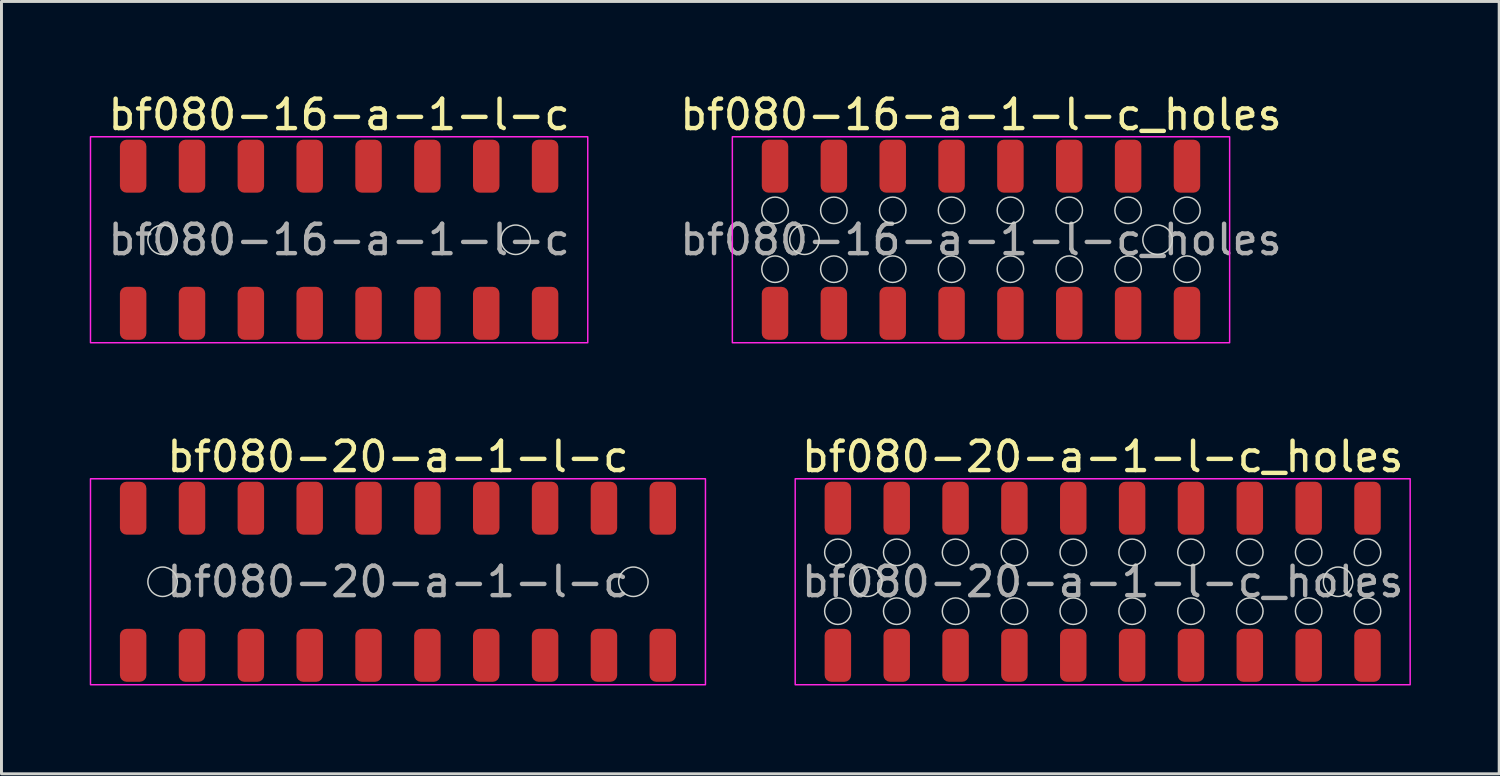
<source format=kicad_pcb>
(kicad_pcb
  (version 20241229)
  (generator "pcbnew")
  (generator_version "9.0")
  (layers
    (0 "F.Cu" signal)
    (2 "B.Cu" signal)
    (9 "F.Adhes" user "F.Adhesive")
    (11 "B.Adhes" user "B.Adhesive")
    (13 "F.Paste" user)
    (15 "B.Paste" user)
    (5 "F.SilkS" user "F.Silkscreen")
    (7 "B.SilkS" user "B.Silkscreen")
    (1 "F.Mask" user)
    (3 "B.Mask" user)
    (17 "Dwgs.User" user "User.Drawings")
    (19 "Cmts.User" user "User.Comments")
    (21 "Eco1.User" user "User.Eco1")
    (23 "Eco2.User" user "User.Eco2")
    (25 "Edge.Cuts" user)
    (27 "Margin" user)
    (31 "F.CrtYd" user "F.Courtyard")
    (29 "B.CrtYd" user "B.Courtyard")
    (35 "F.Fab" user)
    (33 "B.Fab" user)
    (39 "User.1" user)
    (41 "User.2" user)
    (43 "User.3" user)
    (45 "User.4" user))
  (footprint "bf080-16-a-1-l-c_holes"
    (layer "F.Cu")
    (at 30.289 5.098)
    (property "Reference" "bf080-16-a-1-l-c_holes" (at 0 -4.25 0) (unlocked yes) (layer "F.SilkS") (effects (font (size 1 1) (thickness 0.15))))
    (attr smd)
    (fp_circle (center -7 -1) (end -6.55 -1) (stroke (width 0.05) (type default)) (fill no) (layer "Edge.Cuts"))
    (fp_circle (center -7 1) (end -6.55 1) (stroke (width 0.05) (type default)) (fill no) (layer "Edge.Cuts"))
    (fp_circle (center -6 0) (end -5.5 0) (stroke (width 0.05) (type default)) (fill no) (layer "Edge.Cuts"))
    (fp_circle (center -5 -1) (end -4.55 -1) (stroke (width 0.05) (type default)) (fill no) (layer "Edge.Cuts"))
    (fp_circle (center -5 1) (end -4.55 1) (stroke (width 0.05) (type default)) (fill no) (layer "Edge.Cuts"))
    (fp_circle (center -3 -1) (end -2.55 -1) (stroke (width 0.05) (type default)) (fill no) (layer "Edge.Cuts"))
    (fp_circle (center -3 1) (end -2.55 1) (stroke (width 0.05) (type default)) (fill no) (layer "Edge.Cuts"))
    (fp_circle (center -1 -1) (end -0.55 -1) (stroke (width 0.05) (type default)) (fill no) (layer "Edge.Cuts"))
    (fp_circle (center -1 1) (end -0.55 1) (stroke (width 0.05) (type default)) (fill no) (layer "Edge.Cuts"))
    (fp_circle (center 1 -1) (end 1.45 -1) (stroke (width 0.05) (type default)) (fill no) (layer "Edge.Cuts"))
    (fp_circle (center 1 1) (end 1.45 1) (stroke (width 0.05) (type default)) (fill no) (layer "Edge.Cuts"))
    (fp_circle (center 3 -1) (end 3.45 -1) (stroke (width 0.05) (type default)) (fill no) (layer "Edge.Cuts"))
    (fp_circle (center 3 1) (end 3.45 1) (stroke (width 0.05) (type default)) (fill no) (layer "Edge.Cuts"))
    (fp_circle (center 5 -1) (end 5.45 -1) (stroke (width 0.05) (type default)) (fill no) (layer "Edge.Cuts"))
    (fp_circle (center 5 1) (end 5.45 1) (stroke (width 0.05) (type default)) (fill no) (layer "Edge.Cuts"))
    (fp_circle (center 6 0) (end 6.5 0) (stroke (width 0.05) (type default)) (fill no) (layer "Edge.Cuts"))
    (fp_circle (center 7 -1) (end 7.45 -1) (stroke (width 0.05) (type default)) (fill no) (layer "Edge.Cuts"))
    (fp_circle (center 7 1) (end 7.45 1) (stroke (width 0.05) (type default)) (fill no) (layer "Edge.Cuts"))
    (fp_poly (pts (xy -8.45 -3.5) (xy -8.45 3.5) (xy 8.45 3.5) (xy 8.45 -3.5)) (stroke (width 0.05) (type solid)) (fill no) (layer "F.CrtYd"))
    (fp_text user "${REFERENCE}" (at 0 0 0) (unlocked yes) (layer "F.Fab") (effects (font (size 1 1) (thickness 0.15))))
    (pad "1" smd roundrect (at -7 -2.5) (size 0.9 1.8) (layers "F.Cu" "F.Mask" "F.Paste") (roundrect_rratio 0.25))
    (pad "2" smd roundrect (at -7 2.5) (size 0.9 1.8) (layers "F.Cu" "F.Mask" "F.Paste") (roundrect_rratio 0.25))
    (pad "3" smd roundrect (at -5 -2.5) (size 0.9 1.8) (layers "F.Cu" "F.Mask" "F.Paste") (roundrect_rratio 0.25))
    (pad "4" smd roundrect (at -5 2.5) (size 0.9 1.8) (layers "F.Cu" "F.Mask" "F.Paste") (roundrect_rratio 0.25))
    (pad "5" smd roundrect (at -3 -2.5) (size 0.9 1.8) (layers "F.Cu" "F.Mask" "F.Paste") (roundrect_rratio 0.25))
    (pad "6" smd roundrect (at -3 2.5) (size 0.9 1.8) (layers "F.Cu" "F.Mask" "F.Paste") (roundrect_rratio 0.25))
    (pad "7" smd roundrect (at -1 -2.5) (size 0.9 1.8) (layers "F.Cu" "F.Mask" "F.Paste") (roundrect_rratio 0.25))
    (pad "8" smd roundrect (at -1 2.5) (size 0.9 1.8) (layers "F.Cu" "F.Mask" "F.Paste") (roundrect_rratio 0.25))
    (pad "9" smd roundrect (at 1 -2.5) (size 0.9 1.8) (layers "F.Cu" "F.Mask" "F.Paste") (roundrect_rratio 0.25))
    (pad "10" smd roundrect (at 1 2.5) (size 0.9 1.8) (layers "F.Cu" "F.Mask" "F.Paste") (roundrect_rratio 0.25))
    (pad "11" smd roundrect (at 3 -2.5) (size 0.9 1.8) (layers "F.Cu" "F.Mask" "F.Paste") (roundrect_rratio 0.25))
    (pad "12" smd roundrect (at 3 2.5) (size 0.9 1.8) (layers "F.Cu" "F.Mask" "F.Paste") (roundrect_rratio 0.25))
    (pad "13" smd roundrect (at 5 -2.5) (size 0.9 1.8) (layers "F.Cu" "F.Mask" "F.Paste") (roundrect_rratio 0.25))
    (pad "14" smd roundrect (at 5 2.5) (size 0.9 1.8) (layers "F.Cu" "F.Mask" "F.Paste") (roundrect_rratio 0.25))
    (pad "15" smd roundrect (at 7 -2.5) (size 0.9 1.8) (layers "F.Cu" "F.Mask" "F.Paste") (roundrect_rratio 0.25))
    (pad "16" smd roundrect (at 7 2.5) (size 0.9 1.8) (layers "F.Cu" "F.Mask" "F.Paste") (roundrect_rratio 0.25)))
  (footprint "bf080-20-a-1-l-c"
    (layer "F.Cu")
    (at 10.475 16.721)
    (property "Reference" "bf080-20-a-1-l-c" (at 0 -4.25 0) (unlocked yes) (layer "F.SilkS") (effects (font (size 1 1) (thickness 0.15))))
    (attr smd)
    (fp_circle (center -8 0) (end -7.5 0) (stroke (width 0.05) (type default)) (fill no) (layer "Edge.Cuts"))
    (fp_circle (center 8 0) (end 8.5 0) (stroke (width 0.05) (type default)) (fill no) (layer "Edge.Cuts"))
    (fp_poly (pts (xy -10.45 -3.5) (xy -10.45 3.5) (xy 10.45 3.5) (xy 10.45 -3.5)) (stroke (width 0.05) (type solid)) (fill no) (layer "F.CrtYd"))
    (fp_text user "${REFERENCE}" (at 0 0 0) (unlocked yes) (layer "F.Fab") (effects (font (size 1 1) (thickness 0.15))))
    (pad "1" smd roundrect (at -9 -2.5) (size 0.9 1.8) (layers "F.Cu" "F.Mask" "F.Paste") (roundrect_rratio 0.25))
    (pad "2" smd roundrect (at -9 2.5) (size 0.9 1.8) (layers "F.Cu" "F.Mask" "F.Paste") (roundrect_rratio 0.25))
    (pad "3" smd roundrect (at -7 -2.5) (size 0.9 1.8) (layers "F.Cu" "F.Mask" "F.Paste") (roundrect_rratio 0.25))
    (pad "4" smd roundrect (at -7 2.5) (size 0.9 1.8) (layers "F.Cu" "F.Mask" "F.Paste") (roundrect_rratio 0.25))
    (pad "5" smd roundrect (at -5 -2.5) (size 0.9 1.8) (layers "F.Cu" "F.Mask" "F.Paste") (roundrect_rratio 0.25))
    (pad "6" smd roundrect (at -5 2.5) (size 0.9 1.8) (layers "F.Cu" "F.Mask" "F.Paste") (roundrect_rratio 0.25))
    (pad "7" smd roundrect (at -3 -2.5) (size 0.9 1.8) (layers "F.Cu" "F.Mask" "F.Paste") (roundrect_rratio 0.25))
    (pad "8" smd roundrect (at -3 2.5) (size 0.9 1.8) (layers "F.Cu" "F.Mask" "F.Paste") (roundrect_rratio 0.25))
    (pad "9" smd roundrect (at -1 -2.5) (size 0.9 1.8) (layers "F.Cu" "F.Mask" "F.Paste") (roundrect_rratio 0.25))
    (pad "10" smd roundrect (at -1 2.5) (size 0.9 1.8) (layers "F.Cu" "F.Mask" "F.Paste") (roundrect_rratio 0.25))
    (pad "11" smd roundrect (at 1 -2.5) (size 0.9 1.8) (layers "F.Cu" "F.Mask" "F.Paste") (roundrect_rratio 0.25))
    (pad "12" smd roundrect (at 1 2.5) (size 0.9 1.8) (layers "F.Cu" "F.Mask" "F.Paste") (roundrect_rratio 0.25))
    (pad "13" smd roundrect (at 3 -2.5) (size 0.9 1.8) (layers "F.Cu" "F.Mask" "F.Paste") (roundrect_rratio 0.25))
    (pad "14" smd roundrect (at 3 2.5) (size 0.9 1.8) (layers "F.Cu" "F.Mask" "F.Paste") (roundrect_rratio 0.25))
    (pad "15" smd roundrect (at 5 -2.5) (size 0.9 1.8) (layers "F.Cu" "F.Mask" "F.Paste") (roundrect_rratio 0.25))
    (pad "16" smd roundrect (at 5 2.5) (size 0.9 1.8) (layers "F.Cu" "F.Mask" "F.Paste") (roundrect_rratio 0.25))
    (pad "17" smd roundrect (at 7 -2.5) (size 0.9 1.8) (layers "F.Cu" "F.Mask" "F.Paste") (roundrect_rratio 0.25))
    (pad "18" smd roundrect (at 7 2.5) (size 0.9 1.8) (layers "F.Cu" "F.Mask" "F.Paste") (roundrect_rratio 0.25))
    (pad "19" smd roundrect (at 9 -2.5) (size 0.9 1.8) (layers "F.Cu" "F.Mask" "F.Paste") (roundrect_rratio 0.25))
    (pad "20" smd roundrect (at 9 2.5) (size 0.9 1.8) (layers "F.Cu" "F.Mask" "F.Paste") (roundrect_rratio 0.25)))
  (footprint "bf080-20-a-1-l-c_holes"
    (layer "F.Cu")
    (at 34.425 16.721)
    (property "Reference" "bf080-20-a-1-l-c_holes" (at 0 -4.25 0) (unlocked yes) (layer "F.SilkS") (effects (font (size 1 1) (thickness 0.15))))
    (attr smd)
    (fp_circle (center -9 -1) (end -8.55 -1) (stroke (width 0.05) (type default)) (fill no) (layer "Edge.Cuts"))
    (fp_circle (center -9 1) (end -8.55 1) (stroke (width 0.05) (type default)) (fill no) (layer "Edge.Cuts"))
    (fp_circle (center -8 0) (end -7.5 0) (stroke (width 0.05) (type default)) (fill no) (layer "Edge.Cuts"))
    (fp_circle (center -7 -1) (end -6.55 -1) (stroke (width 0.05) (type default)) (fill no) (layer "Edge.Cuts"))
    (fp_circle (center -7 1) (end -6.55 1) (stroke (width 0.05) (type default)) (fill no) (layer "Edge.Cuts"))
    (fp_circle (center -5 -1) (end -4.55 -1) (stroke (width 0.05) (type default)) (fill no) (layer "Edge.Cuts"))
    (fp_circle (center -5 1) (end -4.55 1) (stroke (width 0.05) (type default)) (fill no) (layer "Edge.Cuts"))
    (fp_circle (center -3 -1) (end -2.55 -1) (stroke (width 0.05) (type default)) (fill no) (layer "Edge.Cuts"))
    (fp_circle (center -3 1) (end -2.55 1) (stroke (width 0.05) (type default)) (fill no) (layer "Edge.Cuts"))
    (fp_circle (center -1 -1) (end -0.55 -1) (stroke (width 0.05) (type default)) (fill no) (layer "Edge.Cuts"))
    (fp_circle (center -1 1) (end -0.55 1) (stroke (width 0.05) (type default)) (fill no) (layer "Edge.Cuts"))
    (fp_circle (center 1 -1) (end 1.45 -1) (stroke (width 0.05) (type default)) (fill no) (layer "Edge.Cuts"))
    (fp_circle (center 1 1) (end 1.45 1) (stroke (width 0.05) (type default)) (fill no) (layer "Edge.Cuts"))
    (fp_circle (center 3 -1) (end 3.45 -1) (stroke (width 0.05) (type default)) (fill no) (layer "Edge.Cuts"))
    (fp_circle (center 3 1) (end 3.45 1) (stroke (width 0.05) (type default)) (fill no) (layer "Edge.Cuts"))
    (fp_circle (center 5 -1) (end 5.45 -1) (stroke (width 0.05) (type default)) (fill no) (layer "Edge.Cuts"))
    (fp_circle (center 5 1) (end 5.45 1) (stroke (width 0.05) (type default)) (fill no) (layer "Edge.Cuts"))
    (fp_circle (center 7 -1) (end 7.45 -1) (stroke (width 0.05) (type default)) (fill no) (layer "Edge.Cuts"))
    (fp_circle (center 7 1) (end 7.45 1) (stroke (width 0.05) (type default)) (fill no) (layer "Edge.Cuts"))
    (fp_circle (center 8 0) (end 8.5 0) (stroke (width 0.05) (type default)) (fill no) (layer "Edge.Cuts"))
    (fp_circle (center 9 -1) (end 9.45 -1) (stroke (width 0.05) (type default)) (fill no) (layer "Edge.Cuts"))
    (fp_circle (center 9 1) (end 9.45 1) (stroke (width 0.05) (type default)) (fill no) (layer "Edge.Cuts"))
    (fp_poly (pts (xy -10.45 -3.5) (xy -10.45 3.5) (xy 10.45 3.5) (xy 10.45 -3.5)) (stroke (width 0.05) (type solid)) (fill no) (layer "F.CrtYd"))
    (fp_text user "${REFERENCE}" (at 0 0 0) (unlocked yes) (layer "F.Fab") (effects (font (size 1 1) (thickness 0.15))))
    (pad "1" smd roundrect (at -9 -2.5) (size 0.9 1.8) (layers "F.Cu" "F.Mask" "F.Paste") (roundrect_rratio 0.25))
    (pad "2" smd roundrect (at -9 2.5) (size 0.9 1.8) (layers "F.Cu" "F.Mask" "F.Paste") (roundrect_rratio 0.25))
    (pad "3" smd roundrect (at -7 -2.5) (size 0.9 1.8) (layers "F.Cu" "F.Mask" "F.Paste") (roundrect_rratio 0.25))
    (pad "4" smd roundrect (at -7 2.5) (size 0.9 1.8) (layers "F.Cu" "F.Mask" "F.Paste") (roundrect_rratio 0.25))
    (pad "5" smd roundrect (at -5 -2.5) (size 0.9 1.8) (layers "F.Cu" "F.Mask" "F.Paste") (roundrect_rratio 0.25))
    (pad "6" smd roundrect (at -5 2.5) (size 0.9 1.8) (layers "F.Cu" "F.Mask" "F.Paste") (roundrect_rratio 0.25))
    (pad "7" smd roundrect (at -3 -2.5) (size 0.9 1.8) (layers "F.Cu" "F.Mask" "F.Paste") (roundrect_rratio 0.25))
    (pad "8" smd roundrect (at -3 2.5) (size 0.9 1.8) (layers "F.Cu" "F.Mask" "F.Paste") (roundrect_rratio 0.25))
    (pad "9" smd roundrect (at -1 -2.5) (size 0.9 1.8) (layers "F.Cu" "F.Mask" "F.Paste") (roundrect_rratio 0.25))
    (pad "10" smd roundrect (at -1 2.5) (size 0.9 1.8) (layers "F.Cu" "F.Mask" "F.Paste") (roundrect_rratio 0.25))
    (pad "11" smd roundrect (at 1 -2.5) (size 0.9 1.8) (layers "F.Cu" "F.Mask" "F.Paste") (roundrect_rratio 0.25))
    (pad "12" smd roundrect (at 1 2.5) (size 0.9 1.8) (layers "F.Cu" "F.Mask" "F.Paste") (roundrect_rratio 0.25))
    (pad "13" smd roundrect (at 3 -2.5) (size 0.9 1.8) (layers "F.Cu" "F.Mask" "F.Paste") (roundrect_rratio 0.25))
    (pad "14" smd roundrect (at 3 2.5) (size 0.9 1.8) (layers "F.Cu" "F.Mask" "F.Paste") (roundrect_rratio 0.25))
    (pad "15" smd roundrect (at 5 -2.5) (size 0.9 1.8) (layers "F.Cu" "F.Mask" "F.Paste") (roundrect_rratio 0.25))
    (pad "16" smd roundrect (at 5 2.5) (size 0.9 1.8) (layers "F.Cu" "F.Mask" "F.Paste") (roundrect_rratio 0.25))
    (pad "17" smd roundrect (at 7 -2.5) (size 0.9 1.8) (layers "F.Cu" "F.Mask" "F.Paste") (roundrect_rratio 0.25))
    (pad "18" smd roundrect (at 7 2.5) (size 0.9 1.8) (layers "F.Cu" "F.Mask" "F.Paste") (roundrect_rratio 0.25))
    (pad "19" smd roundrect (at 9 -2.5) (size 0.9 1.8) (layers "F.Cu" "F.Mask" "F.Paste") (roundrect_rratio 0.25))
    (pad "20" smd roundrect (at 9 2.5) (size 0.9 1.8) (layers "F.Cu" "F.Mask" "F.Paste") (roundrect_rratio 0.25)))
  (footprint "bf080-16-a-1-l-c"
    (layer "F.Cu")
    (at 8.475 5.098)
    (property "Reference" "bf080-16-a-1-l-c" (at 0 -4.25 0) (unlocked yes) (layer "F.SilkS") (effects (font (size 1 1) (thickness 0.15))))
    (attr smd)
    (fp_circle (center -6 0) (end -5.5 0) (stroke (width 0.05) (type default)) (fill no) (layer "Edge.Cuts"))
    (fp_circle (center 6 0) (end 6.5 0) (stroke (width 0.05) (type default)) (fill no) (layer "Edge.Cuts"))
    (fp_poly (pts (xy -8.45 -3.5) (xy -8.45 3.5) (xy 8.45 3.5) (xy 8.45 -3.5)) (stroke (width 0.05) (type solid)) (fill no) (layer "F.CrtYd"))
    (fp_text user "${REFERENCE}" (at 0 0 0) (unlocked yes) (layer "F.Fab") (effects (font (size 1 1) (thickness 0.15))))
    (pad "1" smd roundrect (at -7 -2.5) (size 0.9 1.8) (layers "F.Cu" "F.Mask" "F.Paste") (roundrect_rratio 0.25))
    (pad "2" smd roundrect (at -7 2.5) (size 0.9 1.8) (layers "F.Cu" "F.Mask" "F.Paste") (roundrect_rratio 0.25))
    (pad "3" smd roundrect (at -5 -2.5) (size 0.9 1.8) (layers "F.Cu" "F.Mask" "F.Paste") (roundrect_rratio 0.25))
    (pad "4" smd roundrect (at -5 2.5) (size 0.9 1.8) (layers "F.Cu" "F.Mask" "F.Paste") (roundrect_rratio 0.25))
    (pad "5" smd roundrect (at -3 -2.5) (size 0.9 1.8) (layers "F.Cu" "F.Mask" "F.Paste") (roundrect_rratio 0.25))
    (pad "6" smd roundrect (at -3 2.5) (size 0.9 1.8) (layers "F.Cu" "F.Mask" "F.Paste") (roundrect_rratio 0.25))
    (pad "7" smd roundrect (at -1 -2.5) (size 0.9 1.8) (layers "F.Cu" "F.Mask" "F.Paste") (roundrect_rratio 0.25))
    (pad "8" smd roundrect (at -1 2.5) (size 0.9 1.8) (layers "F.Cu" "F.Mask" "F.Paste") (roundrect_rratio 0.25))
    (pad "9" smd roundrect (at 1 -2.5) (size 0.9 1.8) (layers "F.Cu" "F.Mask" "F.Paste") (roundrect_rratio 0.25))
    (pad "10" smd roundrect (at 1 2.5) (size 0.9 1.8) (layers "F.Cu" "F.Mask" "F.Paste") (roundrect_rratio 0.25))
    (pad "11" smd roundrect (at 3 -2.5) (size 0.9 1.8) (layers "F.Cu" "F.Mask" "F.Paste") (roundrect_rratio 0.25))
    (pad "12" smd roundrect (at 3 2.5) (size 0.9 1.8) (layers "F.Cu" "F.Mask" "F.Paste") (roundrect_rratio 0.25))
    (pad "13" smd roundrect (at 5 -2.5) (size 0.9 1.8) (layers "F.Cu" "F.Mask" "F.Paste") (roundrect_rratio 0.25))
    (pad "14" smd roundrect (at 5 2.5) (size 0.9 1.8) (layers "F.Cu" "F.Mask" "F.Paste") (roundrect_rratio 0.25))
    (pad "15" smd roundrect (at 7 -2.5) (size 0.9 1.8) (layers "F.Cu" "F.Mask" "F.Paste") (roundrect_rratio 0.25))
    (pad "16" smd roundrect (at 7 2.5) (size 0.9 1.8) (layers "F.Cu" "F.Mask" "F.Paste") (roundrect_rratio 0.25)))
  (gr_rect
    (start -3 -3)
    (end 47.9 23.247)
    (stroke (width 0.1) (type default))
    (fill no)
    (layer "Edge.Cuts")))
</source>
